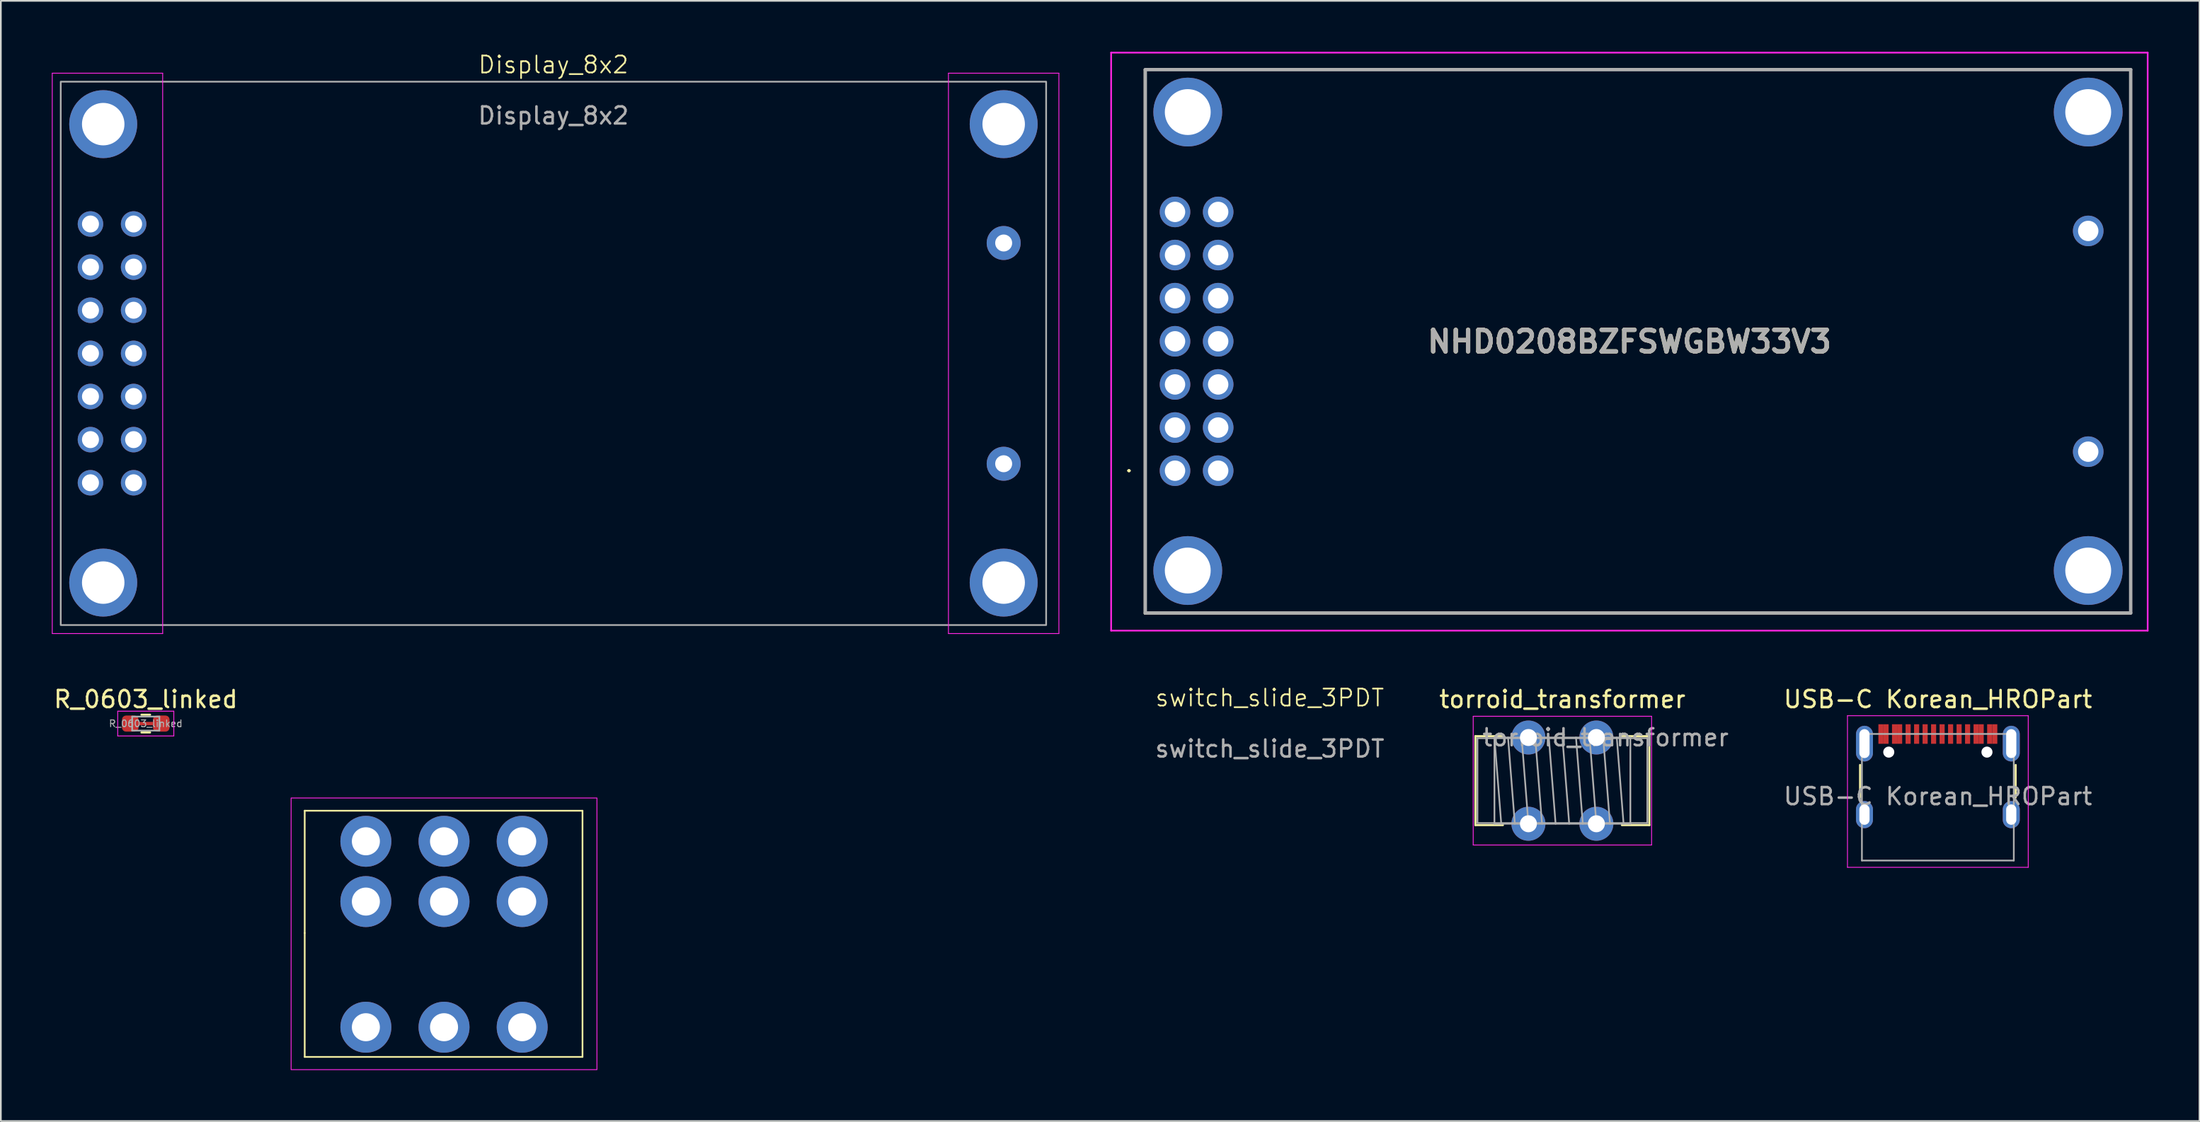
<source format=kicad_pcb>
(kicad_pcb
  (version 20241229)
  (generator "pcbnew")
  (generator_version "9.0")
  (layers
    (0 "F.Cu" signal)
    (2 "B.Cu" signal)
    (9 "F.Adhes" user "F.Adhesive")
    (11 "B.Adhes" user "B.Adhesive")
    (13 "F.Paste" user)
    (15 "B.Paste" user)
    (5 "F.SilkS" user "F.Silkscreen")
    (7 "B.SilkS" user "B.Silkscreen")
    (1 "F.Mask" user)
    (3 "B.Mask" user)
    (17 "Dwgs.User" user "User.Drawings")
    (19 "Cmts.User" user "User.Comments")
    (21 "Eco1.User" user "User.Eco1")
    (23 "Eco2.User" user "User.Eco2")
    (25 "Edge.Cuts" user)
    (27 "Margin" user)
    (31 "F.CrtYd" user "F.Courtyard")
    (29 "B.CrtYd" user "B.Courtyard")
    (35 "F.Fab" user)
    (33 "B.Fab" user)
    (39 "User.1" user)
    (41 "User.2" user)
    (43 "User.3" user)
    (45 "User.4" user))
  (footprint "USB-C Korean_HROPart"
    (layer "F.Cu")
    (at 111.01 43.849)
    (property "Reference" "USB-C Korean_HROPart" (at 0 -5.715 0) (layer "F.SilkS") (effects (font (size 1 1) (thickness 0.15))))
    (attr smd)
    (fp_line (start -4.58 -1.85) (end -4.58 0.07) (stroke (width 0.12) (type solid)) (layer "F.SilkS"))
    (fp_line (start 4.58 0.07) (end 4.58 -1.85) (stroke (width 0.12) (type solid)) (layer "F.SilkS"))
    (fp_line (start -5.32 -4.75) (end 5.32 -4.75) (stroke (width 0.05) (type solid)) (layer "F.CrtYd"))
    (fp_line (start -5.32 4.18) (end -5.32 -4.75) (stroke (width 0.05) (type solid)) (layer "F.CrtYd"))
    (fp_line (start 5.32 -4.75) (end 5.32 4.18) (stroke (width 0.05) (type solid)) (layer "F.CrtYd"))
    (fp_line (start 5.32 4.18) (end -5.32 4.18) (stroke (width 0.05) (type solid)) (layer "F.CrtYd"))
    (fp_line (start -4.47 -3.675) (end -4.47 3.78) (stroke (width 0.1) (type solid)) (layer "F.Fab"))
    (fp_line (start -4.47 -3.675) (end 4.47 -3.675) (stroke (width 0.1) (type solid)) (layer "F.Fab"))
    (fp_line (start 4.47 3.78) (end -4.47 3.78) (stroke (width 0.1) (type solid)) (layer "F.Fab"))
    (fp_line (start 4.47 3.78) (end 4.47 -3.675) (stroke (width 0.1) (type solid)) (layer "F.Fab"))
    (fp_text user "${REFERENCE}" (at 0 0 0) (layer "F.Fab") (effects (font (size 1 1) (thickness 0.15))))
    (pad "" np_thru_hole circle (at -2.89 -2.605) (size 0.65 0.65) (drill 0.65) (layers "*.Cu" "*.Mask"))
    (pad "" np_thru_hole circle (at 2.89 -2.605) (size 0.65 0.65) (drill 0.65) (layers "*.Cu" "*.Mask"))
    (pad "A1" smd rect (at -3.35 -3.67) (size 0.3 1.15) (layers "F.Cu" "F.Mask" "F.Paste"))
    (pad "A4" smd rect (at -2.55 -3.67) (size 0.3 1.15) (layers "F.Cu" "F.Mask" "F.Paste"))
    (pad "A5" smd rect (at -1.25 -3.67) (size 0.3 1.15) (layers "F.Cu" "F.Mask" "F.Paste"))
    (pad "A6" smd rect (at -0.25 -3.67) (size 0.3 1.15) (layers "F.Cu" "F.Mask" "F.Paste"))
    (pad "A7" smd rect (at 0.25 -3.67) (size 0.3 1.15) (layers "F.Cu" "F.Mask" "F.Paste"))
    (pad "A8" smd rect (at 1.25 -3.67) (size 0.3 1.15) (layers "F.Cu" "F.Mask" "F.Paste"))
    (pad "A9" smd rect (at 2.55 -3.67) (size 0.3 1.15) (layers "F.Cu" "F.Mask" "F.Paste"))
    (pad "A12" smd rect (at 3.35 -3.67) (size 0.3 1.15) (layers "F.Cu" "F.Mask" "F.Paste"))
    (pad "B1" smd rect (at 3.05 -3.67) (size 0.3 1.15) (layers "F.Cu" "F.Mask" "F.Paste"))
    (pad "B4" smd rect (at 2.25 -3.67) (size 0.3 1.15) (layers "F.Cu" "F.Mask" "F.Paste"))
    (pad "B5" smd rect (at 1.75 -3.67) (size 0.3 1.15) (layers "F.Cu" "F.Mask" "F.Paste"))
    (pad "B6" smd rect (at 0.75 -3.67) (size 0.3 1.15) (layers "F.Cu" "F.Mask" "F.Paste"))
    (pad "B7" smd rect (at -0.75 -3.67) (size 0.3 1.15) (layers "F.Cu" "F.Mask" "F.Paste"))
    (pad "B8" smd rect (at -1.75 -3.67) (size 0.3 1.15) (layers "F.Cu" "F.Mask" "F.Paste"))
    (pad "B9" smd rect (at -2.25 -3.67) (size 0.3 1.15) (layers "F.Cu" "F.Mask" "F.Paste"))
    (pad "B12" smd rect (at -3.05 -3.67) (size 0.3 1.15) (layers "F.Cu" "F.Mask" "F.Paste"))
    (pad "S1" thru_hole oval (at -4.32 1.075) (size 1 1.6) (drill oval 0.6 1.2) (layers "*.Cu" "*.Mask"))
    (pad "S2" thru_hole oval (at -4.32 -3.105) (size 1 2.1) (drill oval 0.6 1.7) (layers "*.Cu" "*.Mask"))
    (pad "S3" thru_hole oval (at 4.32 -3.105) (size 1 2.1) (drill oval 0.6 1.7) (layers "*.Cu" "*.Mask"))
    (pad "S4" thru_hole oval (at 4.32 1.075) (size 1 1.6) (drill oval 0.6 1.2) (layers "*.Cu" "*.Mask")))
  (footprint "torroid_transformer"
    (layer "F.Cu")
    (at 88.911 40.384)
    (property "Reference" "torroid_transformer" (at 0 -2.25 0) (layer "F.SilkS") (effects (font (size 1 1) (thickness 0.15))))
    (attr through_hole)
    (fp_line (start -5.12 -0.08) (end -5.12 5.16) (stroke (width 0.12) (type solid)) (layer "F.SilkS"))
    (fp_line (start -5.12 -0.08) (end -3.5 -0.08) (stroke (width 0.12) (type solid)) (layer "F.SilkS"))
    (fp_line (start -5.12 5.16) (end -3.5 5.16) (stroke (width 0.12) (type solid)) (layer "F.SilkS"))
    (fp_line (start 3.5 -0.08) (end 5.12 -0.08) (stroke (width 0.12) (type solid)) (layer "F.SilkS"))
    (fp_line (start 3.5 5.16) (end 5.12 5.16) (stroke (width 0.12) (type solid)) (layer "F.SilkS"))
    (fp_line (start 5.12 -0.08) (end 5.12 5.16) (stroke (width 0.12) (type solid)) (layer "F.SilkS"))
    (fp_line (start -5.25 -1.25) (end -5.25 6.33) (stroke (width 0.05) (type solid)) (layer "F.CrtYd"))
    (fp_line (start -5.25 6.33) (end 5.25 6.33) (stroke (width 0.05) (type solid)) (layer "F.CrtYd"))
    (fp_line (start 5.25 -1.25) (end -5.25 -1.25) (stroke (width 0.05) (type solid)) (layer "F.CrtYd"))
    (fp_line (start 5.25 6.33) (end 5.25 -1.25) (stroke (width 0.05) (type solid)) (layer "F.CrtYd"))
    (fp_line (start -5 0.04) (end -5 5.04) (stroke (width 0.1) (type solid)) (layer "F.Fab"))
    (fp_line (start -5 5.04) (end 5 5.04) (stroke (width 0.1) (type solid)) (layer "F.Fab"))
    (fp_line (start -4 0) (end -4 5.08) (stroke (width 0.1) (type solid)) (layer "F.Fab"))
    (fp_line (start -4 0) (end -3.6 5.08) (stroke (width 0.1) (type solid)) (layer "F.Fab"))
    (fp_line (start -4 5.08) (end 4 5.08) (stroke (width 0.1) (type solid)) (layer "F.Fab"))
    (fp_line (start -3.2 0) (end -2.8 5.08) (stroke (width 0.1) (type solid)) (layer "F.Fab"))
    (fp_line (start -2.4 0) (end -2 5.08) (stroke (width 0.1) (type solid)) (layer "F.Fab"))
    (fp_line (start -1.6 0) (end -1.2 5.08) (stroke (width 0.1) (type solid)) (layer "F.Fab"))
    (fp_line (start -0.8 0) (end -0.4 5.08) (stroke (width 0.1) (type solid)) (layer "F.Fab"))
    (fp_line (start 0 0) (end 0.4 5.08) (stroke (width 0.1) (type solid)) (layer "F.Fab"))
    (fp_line (start 0.8 0) (end 1.2 5.08) (stroke (width 0.1) (type solid)) (layer "F.Fab"))
    (fp_line (start 1.6 0) (end 2 5.08) (stroke (width 0.1) (type solid)) (layer "F.Fab"))
    (fp_line (start 2.4 0) (end 2.8 5.08) (stroke (width 0.1) (type solid)) (layer "F.Fab"))
    (fp_line (start 3.2 0) (end 3.6 5.08) (stroke (width 0.1) (type solid)) (layer "F.Fab"))
    (fp_line (start 4 0) (end -4 0) (stroke (width 0.1) (type solid)) (layer "F.Fab"))
    (fp_line (start 4 5.08) (end 4 0) (stroke (width 0.1) (type solid)) (layer "F.Fab"))
    (fp_line (start 5 0.04) (end -5 0.04) (stroke (width 0.1) (type solid)) (layer "F.Fab"))
    (fp_line (start 5 5.04) (end 5 0.04) (stroke (width 0.1) (type solid)) (layer "F.Fab"))
    (fp_text user "${REFERENCE}" (at 2.54 0 0) (layer "F.Fab") (effects (font (size 1 1) (thickness 0.15))))
    (pad "1" thru_hole circle (at -2 0) (size 2 2) (drill 1) (layers "*.Cu" "*.Mask"))
    (pad "2" thru_hole circle (at -2 5.08) (size 2 2) (drill 1) (layers "*.Cu" "*.Mask"))
    (pad "3" thru_hole circle (at 2 0) (size 2 2) (drill 1) (layers "*.Cu" "*.Mask"))
    (pad "4" thru_hole circle (at 2 5.08) (size 2 2) (drill 1) (layers "*.Cu" "*.Mask")))
  (footprint "NHD0208BZFSWGBW33V3"
    (layer "F.Cu")
    (at 68.65 24.67)
    (property "Reference" "NHD0208BZFSWGBW33V3" (at 24.205 -7.6 0) (layer "F.SilkS") (effects (font (size 1.27 1.27) (thickness 0.254))))
    (attr through_hole)
    (fp_line (start -5.3 0) (end -5.3 0) (stroke (width 0.1) (type solid)) (layer "F.SilkS"))
    (fp_line (start -5.2 0) (end -5.2 0) (stroke (width 0.1) (type solid)) (layer "F.SilkS"))
    (fp_line (start -4.33 -23.62) (end 53.71 -23.62) (stroke (width 0.1) (type solid)) (layer "F.SilkS"))
    (fp_line (start -4.33 8.42) (end -4.33 -23.62) (stroke (width 0.1) (type solid)) (layer "F.SilkS"))
    (fp_line (start 53.71 -23.62) (end 53.71 8.42) (stroke (width 0.1) (type solid)) (layer "F.SilkS"))
    (fp_line (start 53.71 8.42) (end -4.33 8.42) (stroke (width 0.1) (type solid)) (layer "F.SilkS"))
    (fp_arc (start -5.3 0) (mid -5.25 -0.05) (end -5.2 0) (stroke (width 0.1) (type solid)) (layer "F.SilkS"))
    (fp_arc (start -5.2 0) (mid -5.25 0.05) (end -5.3 0) (stroke (width 0.1) (type solid)) (layer "F.SilkS"))
    (fp_line (start -6.3 -24.62) (end 54.71 -24.62) (stroke (width 0.1) (type solid)) (layer "F.CrtYd"))
    (fp_line (start -6.3 9.42) (end -6.3 -24.62) (stroke (width 0.1) (type solid)) (layer "F.CrtYd"))
    (fp_line (start 54.71 -24.62) (end 54.71 9.42) (stroke (width 0.1) (type solid)) (layer "F.CrtYd"))
    (fp_line (start 54.71 9.42) (end -6.3 9.42) (stroke (width 0.1) (type solid)) (layer "F.CrtYd"))
    (fp_line (start -4.29 -23.62) (end 53.71 -23.62) (stroke (width 0.2) (type solid)) (layer "F.Fab"))
    (fp_line (start -4.29 8.38) (end -4.29 -23.62) (stroke (width 0.2) (type solid)) (layer "F.Fab"))
    (fp_line (start 53.71 -23.62) (end 53.71 8.38) (stroke (width 0.2) (type solid)) (layer "F.Fab"))
    (fp_line (start 53.71 8.38) (end -4.29 8.38) (stroke (width 0.2) (type solid)) (layer "F.Fab"))
    (fp_text user "${REFERENCE}" (at 24.205 -7.6 0) (layer "F.Fab") (effects (font (size 1.27 1.27) (thickness 0.254))))
    (pad "1" thru_hole circle (at 0 0) (size 1.8 1.8) (drill 1.2) (layers "*.Cu" "*.Mask"))
    (pad "2" thru_hole circle (at -2.54 0) (size 1.8 1.8) (drill 1.2) (layers "*.Cu" "*.Mask"))
    (pad "3" thru_hole circle (at 0 -2.54) (size 1.8 1.8) (drill 1.2) (layers "*.Cu" "*.Mask"))
    (pad "4" thru_hole circle (at -2.54 -2.54) (size 1.8 1.8) (drill 1.2) (layers "*.Cu" "*.Mask"))
    (pad "5" thru_hole circle (at 0 -5.08) (size 1.8 1.8) (drill 1.2) (layers "*.Cu" "*.Mask"))
    (pad "6" thru_hole circle (at -2.54 -5.08) (size 1.8 1.8) (drill 1.2) (layers "*.Cu" "*.Mask"))
    (pad "7" thru_hole circle (at 0 -7.62) (size 1.8 1.8) (drill 1.2) (layers "*.Cu" "*.Mask"))
    (pad "8" thru_hole circle (at -2.54 -7.62) (size 1.8 1.8) (drill 1.2) (layers "*.Cu" "*.Mask"))
    (pad "9" thru_hole circle (at 0 -10.16) (size 1.8 1.8) (drill 1.2) (layers "*.Cu" "*.Mask"))
    (pad "10" thru_hole circle (at -2.54 -10.16) (size 1.8 1.8) (drill 1.2) (layers "*.Cu" "*.Mask"))
    (pad "11" thru_hole circle (at 0 -12.7) (size 1.8 1.8) (drill 1.2) (layers "*.Cu" "*.Mask"))
    (pad "12" thru_hole circle (at -2.54 -12.7) (size 1.8 1.8) (drill 1.2) (layers "*.Cu" "*.Mask"))
    (pad "13" thru_hole circle (at 0 -15.24) (size 1.8 1.8) (drill 1.2) (layers "*.Cu" "*.Mask"))
    (pad "14" thru_hole circle (at -2.54 -15.24) (size 1.8 1.8) (drill 1.2) (layers "*.Cu" "*.Mask"))
    (pad "A1" thru_hole circle (at 51.21 -14.12) (size 1.8 1.8) (drill 1.2) (layers "*.Cu" "*.Mask"))
    (pad "K1" thru_hole circle (at 51.21 -1.12) (size 1.8 1.8) (drill 1.2) (layers "*.Cu" "*.Mask"))
    (pad "MH1" thru_hole circle (at -1.79 -21.12) (size 4.05 4.05) (drill 2.7) (layers "*.Cu" "*.Mask"))
    (pad "MH2" thru_hole circle (at -1.79 5.88) (size 4.05 4.05) (drill 2.7) (layers "*.Cu" "*.Mask"))
    (pad "MH3" thru_hole circle (at 51.21 5.88) (size 4.05 4.05) (drill 2.7) (layers "*.Cu" "*.Mask"))
    (pad "MH4" thru_hole circle (at 51.21 -21.12) (size 4.05 4.05) (drill 2.7) (layers "*.Cu" "*.Mask")))
  (footprint "switch_slide_3PDT"
    (layer "F.Cu")
    (at 23.085 51.946)
    (property "Reference" "switch_slide_3PDT" (at 48.6 -13.9 0) (unlocked yes) (layer "F.SilkS") (effects (font (size 1 1) (thickness 0.1))))
    (attr through_hole)
    (fp_line (start -8.2 -7.25) (end 8.15 -7.25) (stroke (width 0.1) (type default)) (layer "F.SilkS"))
    (fp_line (start -8.2 -0.05) (end -8.2 -7.25) (stroke (width 0.1) (type default)) (layer "F.SilkS"))
    (fp_line (start -8.2 7.25) (end -8.2 -0.05) (stroke (width 0.1) (type default)) (layer "F.SilkS"))
    (fp_line (start 8.15 -7.25) (end 8.15 7.25) (stroke (width 0.1) (type default)) (layer "F.SilkS"))
    (fp_line (start 8.15 7.25) (end -8.2 7.25) (stroke (width 0.1) (type default)) (layer "F.SilkS"))
    (fp_rect (start -9 -8) (end 9 8) (stroke (width 0.05) (type default)) (fill no) (layer "F.CrtYd"))
    (fp_text user "${REFERENCE}" (at 48.6 -10.9 0) (unlocked yes) (layer "F.Fab") (effects (font (size 1 1) (thickness 0.15))))
    (pad "1" thru_hole circle (at -4.6 -5.45) (size 3 3) (drill 1.65) (layers "*.Cu" "*.Mask"))
    (pad "2" thru_hole circle (at 0 -5.45) (size 3 3) (drill 1.65) (layers "*.Cu" "*.Mask"))
    (pad "3" thru_hole circle (at 4.6 -5.45) (size 3 3) (drill 1.65) (layers "*.Cu" "*.Mask"))
    (pad "4" thru_hole circle (at -4.6 -1.9) (size 3 3) (drill 1.65) (layers "*.Cu" "*.Mask"))
    (pad "5" thru_hole circle (at 0 -1.9) (size 3 3) (drill 1.65) (layers "*.Cu" "*.Mask"))
    (pad "6" thru_hole circle (at 4.6 -1.9) (size 3 3) (drill 1.65) (layers "*.Cu" "*.Mask"))
    (pad "7" thru_hole circle (at -4.6 5.5) (size 3 3) (drill 1.65) (layers "*.Cu" "*.Mask"))
    (pad "8" thru_hole circle (at 0 5.5) (size 3 3) (drill 1.65) (layers "*.Cu" "*.Mask"))
    (pad "9" thru_hole circle (at 4.6 5.5) (size 3 3) (drill 1.65) (layers "*.Cu" "*.Mask")))
  (footprint "R_0603_linked"
    (layer "F.Cu")
    (at 5.53 39.564)
    (property "Reference" "R_0603_linked" (at 0 -1.43 0) (layer "F.SilkS") (effects (font (size 1 1) (thickness 0.15))))
    (attr smd)
    (fp_line (start -0.425 0) (end 0.425 0) (stroke (width 0.2) (type default)) (layer "F.Cu"))
    (fp_line (start -0.255 -0.522) (end 0.255 -0.522) (stroke (width 0.12) (type solid)) (layer "F.SilkS"))
    (fp_line (start -0.255 0.522) (end 0.255 0.522) (stroke (width 0.12) (type solid)) (layer "F.SilkS"))
    (fp_line (start -1.65 -0.73) (end 1.65 -0.73) (stroke (width 0.05) (type solid)) (layer "F.CrtYd"))
    (fp_line (start -1.65 0.73) (end -1.65 -0.73) (stroke (width 0.05) (type solid)) (layer "F.CrtYd"))
    (fp_line (start 1.65 -0.73) (end 1.65 0.73) (stroke (width 0.05) (type solid)) (layer "F.CrtYd"))
    (fp_line (start 1.65 0.73) (end -1.65 0.73) (stroke (width 0.05) (type solid)) (layer "F.CrtYd"))
    (fp_line (start -0.8 -0.412) (end 0.8 -0.412) (stroke (width 0.1) (type solid)) (layer "F.Fab"))
    (fp_line (start -0.8 0.412) (end -0.8 -0.412) (stroke (width 0.1) (type solid)) (layer "F.Fab"))
    (fp_line (start 0.8 -0.412) (end 0.8 0.412) (stroke (width 0.1) (type solid)) (layer "F.Fab"))
    (fp_line (start 0.8 0.412) (end -0.8 0.412) (stroke (width 0.1) (type solid)) (layer "F.Fab"))
    (fp_text user "${REFERENCE}" (at 0 0 0) (layer "F.Fab") (effects (font (size 0.4 0.4) (thickness 0.06))))
    (pad "1" smd roundrect (at -0.912 0) (size 0.975 0.95) (layers "F.Cu" "F.Mask" "F.Paste") (roundrect_rratio 0.25))
    (pad "2" smd roundrect (at 0.912 0) (size 0.975 0.95) (layers "F.Cu" "F.Mask" "F.Paste") (roundrect_rratio 0.25)))
  (footprint "Display_8x2"
    (layer "F.Cu")
    (at 29.525 17.761)
    (property "Reference" "Display_8x2" (at 0 -17 0) (unlocked yes) (layer "F.SilkS") (effects (font (size 1 1) (thickness 0.1))))
    (attr through_hole)
    (fp_line (start -29.5 -16.5) (end -23 -16.5) (stroke (width 0.05) (type default)) (layer "F.CrtYd"))
    (fp_line (start -29.5 16.5) (end -29.5 -16.5) (stroke (width 0.05) (type default)) (layer "F.CrtYd"))
    (fp_line (start -23 -16.5) (end -23 16.5) (stroke (width 0.05) (type default)) (layer "F.CrtYd"))
    (fp_line (start -23 16.5) (end -29.5 16.5) (stroke (width 0.05) (type default)) (layer "F.CrtYd"))
    (fp_line (start 23.25 -16.5) (end 29.75 -16.5) (stroke (width 0.05) (type default)) (layer "F.CrtYd"))
    (fp_line (start 23.25 16.5) (end 23.25 -16.5) (stroke (width 0.05) (type default)) (layer "F.CrtYd"))
    (fp_line (start 29.75 -16.5) (end 29.75 16.5) (stroke (width 0.05) (type default)) (layer "F.CrtYd"))
    (fp_line (start 29.75 16.5) (end 23.25 16.5) (stroke (width 0.05) (type default)) (layer "F.CrtYd"))
    (fp_rect (start -29 -16) (end 29 16) (stroke (width 0.1) (type default)) (fill no) (layer "F.Fab"))
    (fp_text user "${REFERENCE}" (at 0 -14 0) (unlocked yes) (layer "F.Fab") (effects (font (size 1 1) (thickness 0.15))))
    (pad "1" thru_hole circle (at -24.71 7.62) (size 1.5 1.5) (drill 1) (layers "*.Cu" "*.Mask"))
    (pad "2" thru_hole circle (at -27.25 7.62) (size 1.5 1.5) (drill 1) (layers "*.Cu" "*.Mask"))
    (pad "3" thru_hole circle (at -24.71 5.08) (size 1.5 1.5) (drill 1) (layers "*.Cu" "*.Mask"))
    (pad "4" thru_hole circle (at -27.25 5.08) (size 1.5 1.5) (drill 1) (layers "*.Cu" "*.Mask"))
    (pad "5" thru_hole circle (at -24.71 2.54) (size 1.5 1.5) (drill 1) (layers "*.Cu" "*.Mask"))
    (pad "6" thru_hole circle (at -27.25 2.54) (size 1.5 1.5) (drill 1) (layers "*.Cu" "*.Mask"))
    (pad "7" thru_hole circle (at -24.71 0) (size 1.5 1.5) (drill 1) (layers "*.Cu" "*.Mask"))
    (pad "8" thru_hole circle (at -27.25 0) (size 1.5 1.5) (drill 1) (layers "*.Cu" "*.Mask"))
    (pad "9" thru_hole circle (at -24.71 -2.54) (size 1.5 1.5) (drill 1) (layers "*.Cu" "*.Mask"))
    (pad "10" thru_hole circle (at -27.25 -2.54) (size 1.5 1.5) (drill 1) (layers "*.Cu" "*.Mask"))
    (pad "11" thru_hole circle (at -24.71 -5.08) (size 1.5 1.5) (drill 1) (layers "*.Cu" "*.Mask"))
    (pad "12" thru_hole circle (at -27.25 -5.08) (size 1.5 1.5) (drill 1) (layers "*.Cu" "*.Mask"))
    (pad "13" thru_hole circle (at -24.71 -7.62) (size 1.5 1.5) (drill 1) (layers "*.Cu" "*.Mask"))
    (pad "14" thru_hole circle (at -27.25 -7.62) (size 1.5 1.5) (drill 1) (layers "*.Cu" "*.Mask"))
    (pad "15" thru_hole circle (at 26.5 -6.5) (size 2 2) (drill 1) (layers "*.Cu" "*.Mask"))
    (pad "16" thru_hole circle (at 26.5 6.5) (size 2 2) (drill 1) (layers "*.Cu" "*.Mask"))
    (pad "17" thru_hole circle (at 26.5 13.5) (size 4 4) (drill 2.5) (layers "*.Cu" "*.Mask"))
    (pad "18" thru_hole circle (at 26.5 -13.5) (size 4 4) (drill 2.5) (layers "*.Cu" "*.Mask"))
    (pad "19" thru_hole circle (at -26.5 -13.5) (size 4 4) (drill 2.5) (layers "*.Cu" "*.Mask"))
    (pad "20" thru_hole circle (at -26.5 13.5) (size 4 4) (drill 2.5) (layers "*.Cu" "*.Mask")))
  (gr_rect
    (start -3 -3)
    (end 126.41 62.971)
    (stroke (width 0.1) (type default))
    (fill no)
    (layer "Edge.Cuts")))
</source>
